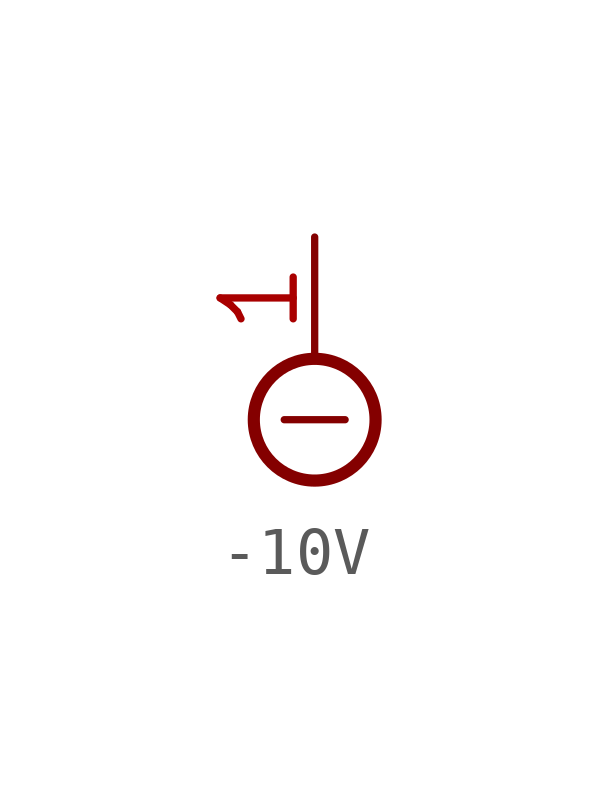
<source format=kicad_sym>
(kicad_symbol_lib
  (version 20241209)
  (generator "kicad_symbol_editor")
  (generator_version "9.0")
  (symbol "-10V"
    (power)
    (property "Reference" "#SUPPLY"
      (at 0 0 0)
      (effects (font (size 1.27 1.27)) (hide yes)))
    (property "ki_locked" ""
      (at 0 0 0)
      (effects (font (size 1.27 1.27))))
    (symbol "-10V_1_0"
      (polyline (pts (xy -0.635 0) (xy 0.635 0)) (stroke (width 0.152) (type solid)) (fill (type none)))
      (circle (center 0 0) (radius 1.27) (stroke (width 0.254) (type solid)) (fill (type none)))
      (pin power_in line (at 0 3.81 270) (length 2.54) (name "-10V" (effects (font (size 0 0)))) (number "1" (effects (font (size 1.524 1.524))))))))
</source>
